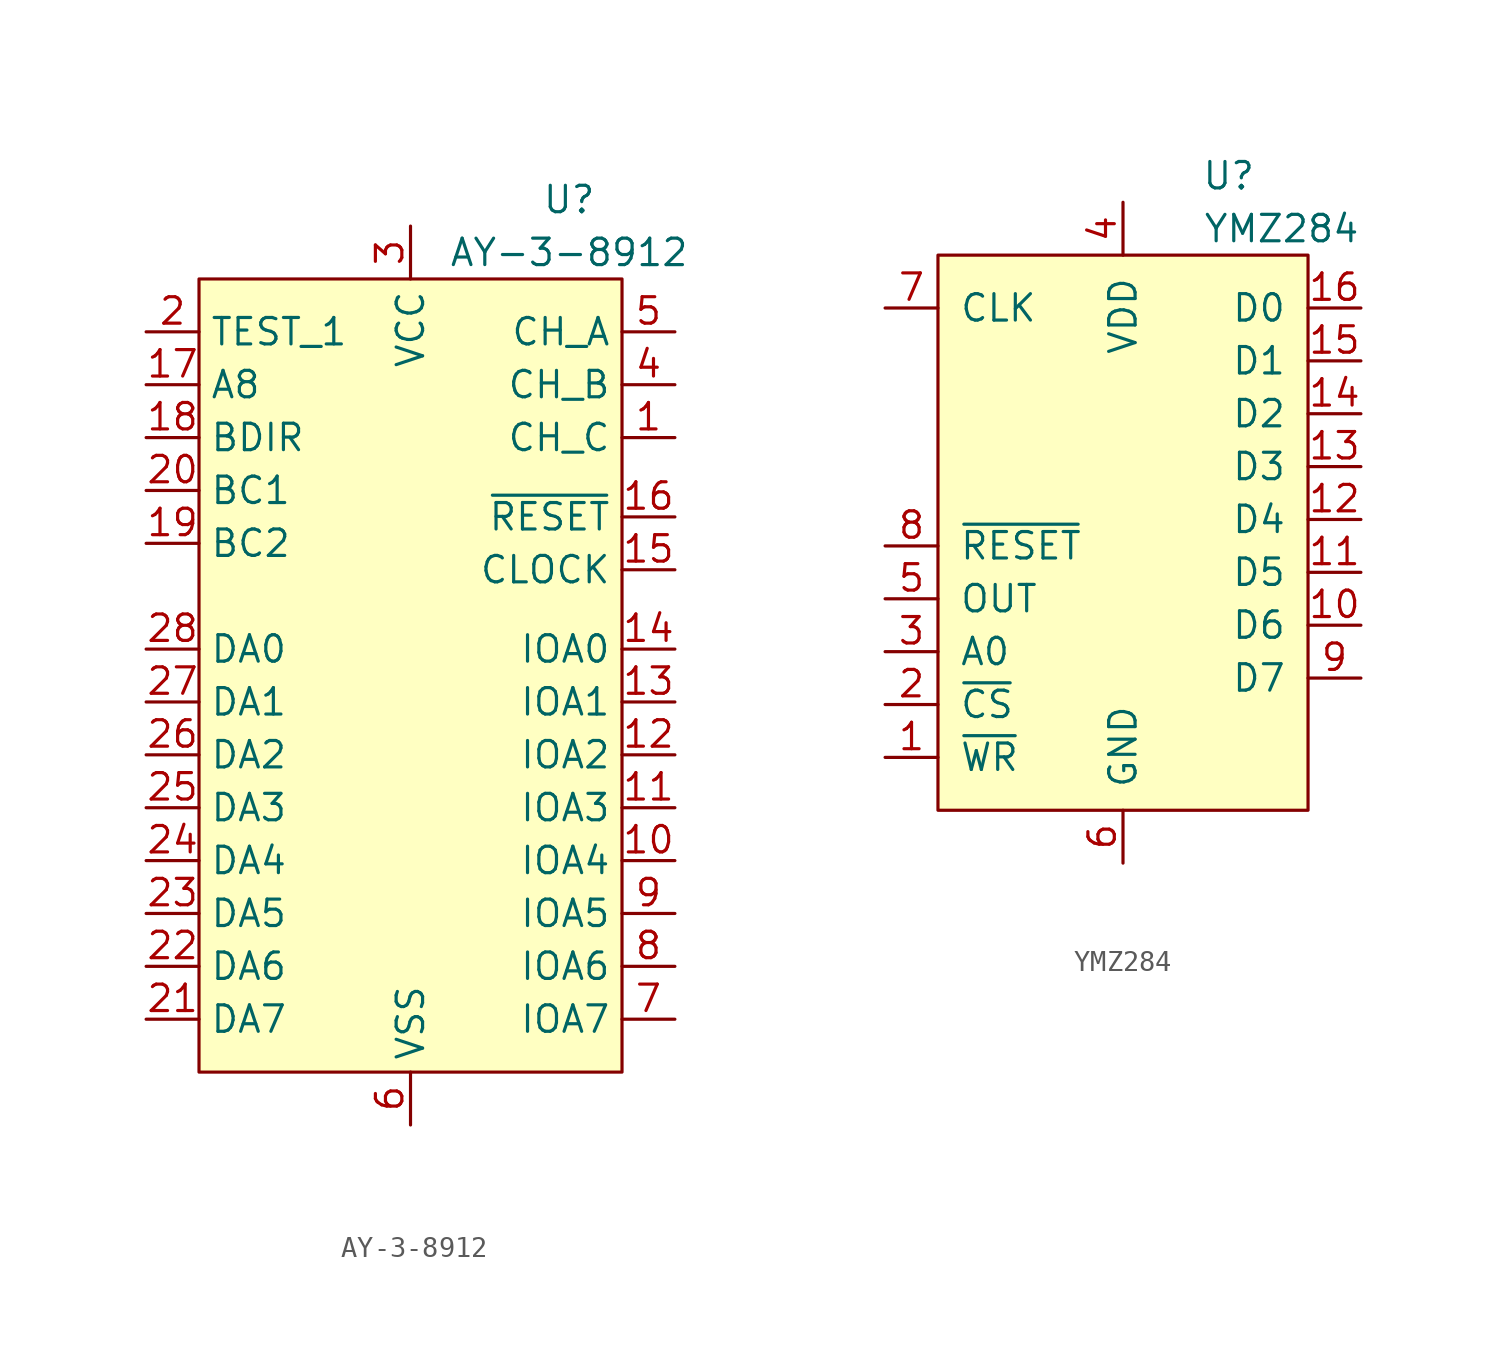
<source format=kicad_sym>
(kicad_symbol_lib
  (version 20220914)
  (generator kicad_symbol_editor)
  (symbol "AY-3-8912"
    (property "Reference" "U"
      (at 7.62 17.78 0)
      (effects (font (size 1.27 1.27))))
    (property "Value" "AY-3-8912"
      (at 7.62 15.24 0)
      (effects (font (size 1.27 1.27))))
    (symbol "AY-3-8912_1_1"
      (rectangle (start -10.16 13.97) (end 10.16 -24.13) (stroke (width 0) (type default)) (fill (type background)))
      (pin output line (at 12.7 6.35 180) (length 2.54) (name "CH_C" (effects (font (size 1.27 1.27)))) (number "1" (effects (font (size 1.27 1.27)))))
      (pin bidirectional line (at 12.7 -13.97 180) (length 2.54) (name "IOA4" (effects (font (size 1.27 1.27)))) (number "10" (effects (font (size 1.27 1.27)))))
      (pin bidirectional line (at 12.7 -11.43 180) (length 2.54) (name "IOA3" (effects (font (size 1.27 1.27)))) (number "11" (effects (font (size 1.27 1.27)))))
      (pin bidirectional line (at 12.7 -8.89 180) (length 2.54) (name "IOA2" (effects (font (size 1.27 1.27)))) (number "12" (effects (font (size 1.27 1.27)))))
      (pin bidirectional line (at 12.7 -6.35 180) (length 2.54) (name "IOA1" (effects (font (size 1.27 1.27)))) (number "13" (effects (font (size 1.27 1.27)))))
      (pin bidirectional line (at 12.7 -3.81 180) (length 2.54) (name "IOA0" (effects (font (size 1.27 1.27)))) (number "14" (effects (font (size 1.27 1.27)))))
      (pin input line (at 12.7 0 180) (length 2.54) (name "CLOCK" (effects (font (size 1.27 1.27)))) (number "15" (effects (font (size 1.27 1.27)))))
      (pin input line (at 12.7 2.54 180) (length 2.54) (name "~{RESET}" (effects (font (size 1.27 1.27)))) (number "16" (effects (font (size 1.27 1.27)))))
      (pin input line (at -12.7 8.89 0) (length 2.54) (name "A8" (effects (font (size 1.27 1.27)))) (number "17" (effects (font (size 1.27 1.27)))))
      (pin input line (at -12.7 6.35 0) (length 2.54) (name "BDIR" (effects (font (size 1.27 1.27)))) (number "18" (effects (font (size 1.27 1.27)))))
      (pin input line (at -12.7 1.27 0) (length 2.54) (name "BC2" (effects (font (size 1.27 1.27)))) (number "19" (effects (font (size 1.27 1.27)))))
      (pin input line (at -12.7 11.43 0) (length 2.54) (name "TEST_1" (effects (font (size 1.27 1.27)))) (number "2" (effects (font (size 1.27 1.27)))))
      (pin input line (at -12.7 3.81 0) (length 2.54) (name "BC1" (effects (font (size 1.27 1.27)))) (number "20" (effects (font (size 1.27 1.27)))))
      (pin bidirectional line (at -12.7 -21.59 0) (length 2.54) (name "DA7" (effects (font (size 1.27 1.27)))) (number "21" (effects (font (size 1.27 1.27)))))
      (pin bidirectional line (at -12.7 -19.05 0) (length 2.54) (name "DA6" (effects (font (size 1.27 1.27)))) (number "22" (effects (font (size 1.27 1.27)))))
      (pin bidirectional line (at -12.7 -16.51 0) (length 2.54) (name "DA5" (effects (font (size 1.27 1.27)))) (number "23" (effects (font (size 1.27 1.27)))))
      (pin bidirectional line (at -12.7 -13.97 0) (length 2.54) (name "DA4" (effects (font (size 1.27 1.27)))) (number "24" (effects (font (size 1.27 1.27)))))
      (pin bidirectional line (at -12.7 -11.43 0) (length 2.54) (name "DA3" (effects (font (size 1.27 1.27)))) (number "25" (effects (font (size 1.27 1.27)))))
      (pin bidirectional line (at -12.7 -8.89 0) (length 2.54) (name "DA2" (effects (font (size 1.27 1.27)))) (number "26" (effects (font (size 1.27 1.27)))))
      (pin bidirectional line (at -12.7 -6.35 0) (length 2.54) (name "DA1" (effects (font (size 1.27 1.27)))) (number "27" (effects (font (size 1.27 1.27)))))
      (pin bidirectional line (at -12.7 -3.81 0) (length 2.54) (name "DA0" (effects (font (size 1.27 1.27)))) (number "28" (effects (font (size 1.27 1.27)))))
      (pin power_in line (at 0 16.51 270) (length 2.54) (name "VCC" (effects (font (size 1.27 1.27)))) (number "3" (effects (font (size 1.27 1.27)))))
      (pin output line (at 12.7 8.89 180) (length 2.54) (name "CH_B" (effects (font (size 1.27 1.27)))) (number "4" (effects (font (size 1.27 1.27)))))
      (pin output line (at 12.7 11.43 180) (length 2.54) (name "CH_A" (effects (font (size 1.27 1.27)))) (number "5" (effects (font (size 1.27 1.27)))))
      (pin power_in line (at 0 -26.67 90) (length 2.54) (name "VSS" (effects (font (size 1.27 1.27)))) (number "6" (effects (font (size 1.27 1.27)))))
      (pin bidirectional line (at 12.7 -21.59 180) (length 2.54) (name "IOA7" (effects (font (size 1.27 1.27)))) (number "7" (effects (font (size 1.27 1.27)))))
      (pin bidirectional line (at 12.7 -19.05 180) (length 2.54) (name "IOA6" (effects (font (size 1.27 1.27)))) (number "8" (effects (font (size 1.27 1.27)))))
      (pin bidirectional line (at 12.7 -16.51 180) (length 2.54) (name "IOA5" (effects (font (size 1.27 1.27)))) (number "9" (effects (font (size 1.27 1.27)))))))
  (symbol "YMZ284"
    (pin_names
      (offset 1.016))
    (property "Reference" "U"
      (at 5.08 7.62 0)
      (effects (font (size 1.27 1.27))))
    (property "Value" "YMZ284"
      (at 7.62 5.08 0)
      (effects (font (size 1.27 1.27))))
    (symbol "YMZ284_0_1"
      (rectangle (start -8.89 3.81) (end 8.89 -22.86) (stroke (width 0) (type default)) (fill (type background))))
    (symbol "YMZ284_1_1"
      (pin input line (at -11.43 -20.32 0) (length 2.54) (name "~{WR}" (effects (font (size 1.27 1.27)))) (number "1" (effects (font (size 1.27 1.27)))))
      (pin input line (at 11.43 -13.97 180) (length 2.54) (name "D6" (effects (font (size 1.27 1.27)))) (number "10" (effects (font (size 1.27 1.27)))))
      (pin input line (at 11.43 -11.43 180) (length 2.54) (name "D5" (effects (font (size 1.27 1.27)))) (number "11" (effects (font (size 1.27 1.27)))))
      (pin input line (at 11.43 -8.89 180) (length 2.54) (name "D4" (effects (font (size 1.27 1.27)))) (number "12" (effects (font (size 1.27 1.27)))))
      (pin input line (at 11.43 -6.35 180) (length 2.54) (name "D3" (effects (font (size 1.27 1.27)))) (number "13" (effects (font (size 1.27 1.27)))))
      (pin input line (at 11.43 -3.81 180) (length 2.54) (name "D2" (effects (font (size 1.27 1.27)))) (number "14" (effects (font (size 1.27 1.27)))))
      (pin input line (at 11.43 -1.27 180) (length 2.54) (name "D1" (effects (font (size 1.27 1.27)))) (number "15" (effects (font (size 1.27 1.27)))))
      (pin input line (at 11.43 1.27 180) (length 2.54) (name "D0" (effects (font (size 1.27 1.27)))) (number "16" (effects (font (size 1.27 1.27)))))
      (pin input line (at -11.43 -17.78 0) (length 2.54) (name "~{CS}" (effects (font (size 1.27 1.27)))) (number "2" (effects (font (size 1.27 1.27)))))
      (pin output line (at -11.43 -15.24 0) (length 2.54) (name "A0" (effects (font (size 1.27 1.27)))) (number "3" (effects (font (size 1.27 1.27)))))
      (pin input line (at 0 6.35 270) (length 2.54) (name "VDD" (effects (font (size 1.27 1.27)))) (number "4" (effects (font (size 1.27 1.27)))))
      (pin output line (at -11.43 -12.7 0) (length 2.54) (name "OUT" (effects (font (size 1.27 1.27)))) (number "5" (effects (font (size 1.27 1.27)))))
      (pin input line (at 0 -25.4 90) (length 2.54) (name "GND" (effects (font (size 1.27 1.27)))) (number "6" (effects (font (size 1.27 1.27)))))
      (pin input line (at -11.43 1.27 0) (length 2.54) (name "CLK" (effects (font (size 1.27 1.27)))) (number "7" (effects (font (size 1.27 1.27)))))
      (pin input line (at -11.43 -10.16 0) (length 2.54) (name "~{RESET}" (effects (font (size 1.27 1.27)))) (number "8" (effects (font (size 1.27 1.27)))))
      (pin input line (at 11.43 -16.51 180) (length 2.54) (name "D7" (effects (font (size 1.27 1.27)))) (number "9" (effects (font (size 1.27 1.27))))))))
</source>
